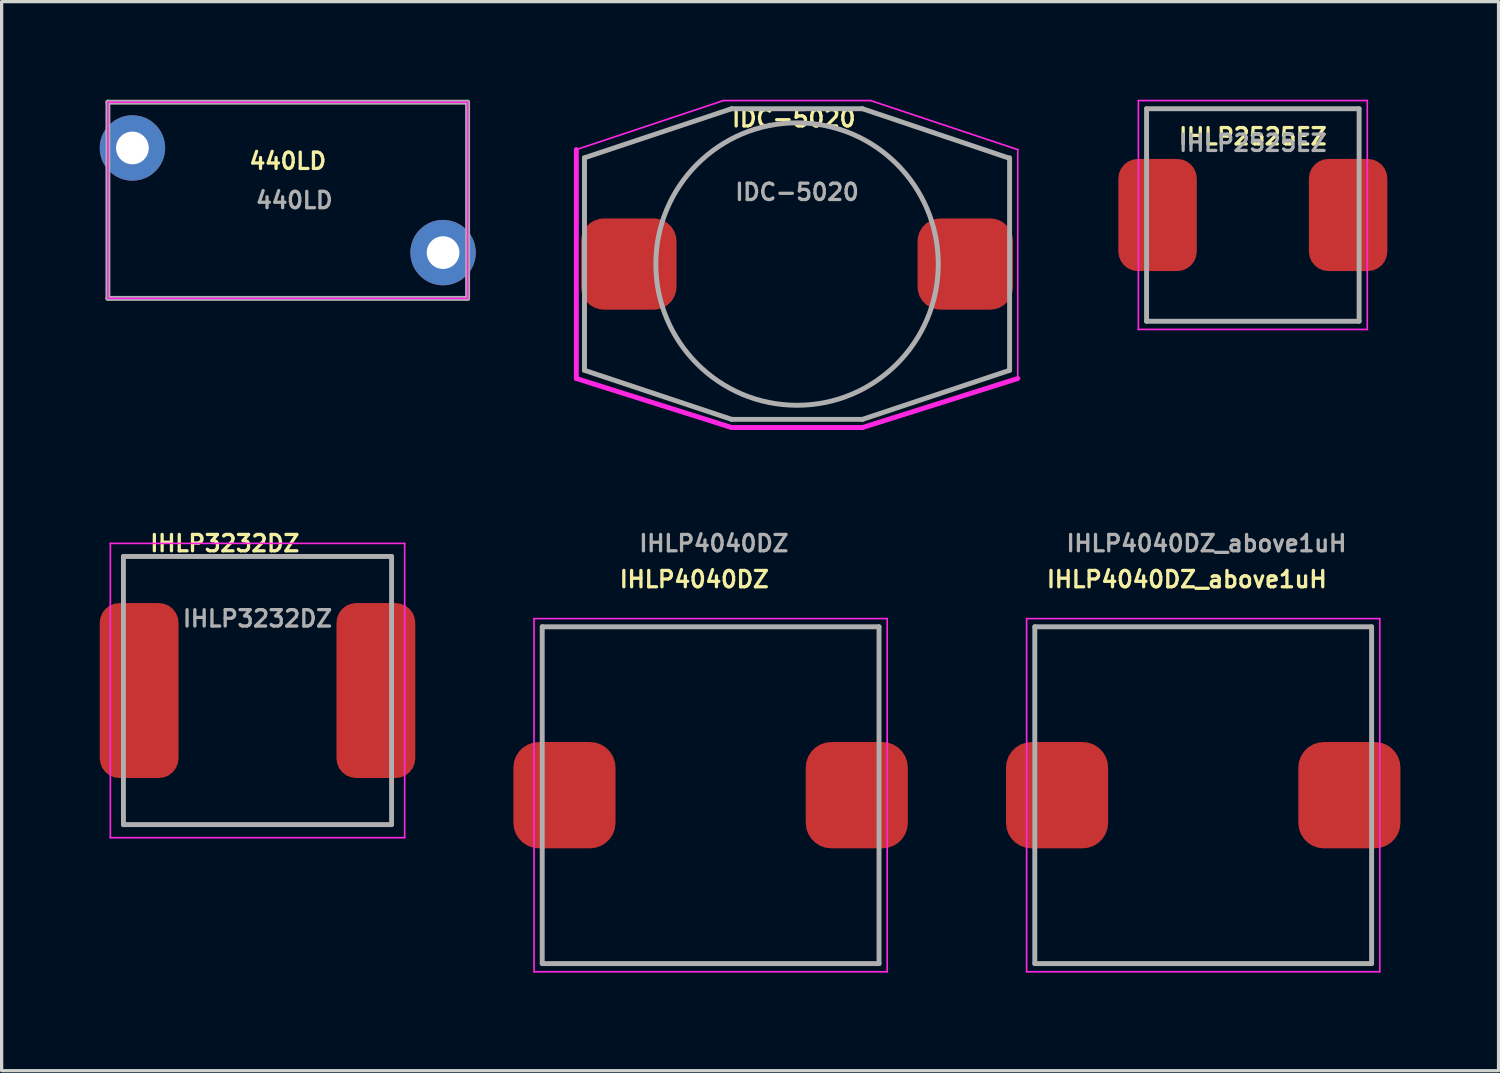
<source format=kicad_pcb>
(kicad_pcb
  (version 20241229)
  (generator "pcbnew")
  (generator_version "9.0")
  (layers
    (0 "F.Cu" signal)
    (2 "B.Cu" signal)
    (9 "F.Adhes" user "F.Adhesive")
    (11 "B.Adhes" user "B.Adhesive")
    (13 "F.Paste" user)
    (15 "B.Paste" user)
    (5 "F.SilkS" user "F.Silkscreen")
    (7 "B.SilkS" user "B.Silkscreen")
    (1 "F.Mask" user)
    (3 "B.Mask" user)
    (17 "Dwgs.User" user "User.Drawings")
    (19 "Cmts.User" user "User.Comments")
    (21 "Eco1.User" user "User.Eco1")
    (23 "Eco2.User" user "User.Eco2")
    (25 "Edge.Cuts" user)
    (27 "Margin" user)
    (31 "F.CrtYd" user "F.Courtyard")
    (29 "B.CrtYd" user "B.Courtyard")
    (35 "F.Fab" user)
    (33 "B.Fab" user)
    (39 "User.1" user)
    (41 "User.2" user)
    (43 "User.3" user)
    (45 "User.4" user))
  (footprint "IHLP2525EZ"
    (layer "F.Cu")
    (at 35.264 3.525)
    (property "Reference" "IHLP2525EZ" (at 0 -2.4 0) (layer "F.SilkS") (effects (font (size 0.5 0.5) (thickness 0.1))))
    (attr smd)
    (fp_line (start -3.5 -3.5) (end 3.5 -3.5) (stroke (width 0.05) (type solid)) (layer "F.CrtYd"))
    (fp_line (start -3.5 3.5) (end -3.5 -3.5) (stroke (width 0.05) (type solid)) (layer "F.CrtYd"))
    (fp_line (start 3.5 -3.5) (end 3.5 3.5) (stroke (width 0.05) (type solid)) (layer "F.CrtYd"))
    (fp_line (start 3.5 3.5) (end -3.5 3.5) (stroke (width 0.05) (type solid)) (layer "F.CrtYd"))
    (fp_line (start -3.25 -3.25) (end -3.25 3.25) (stroke (width 0.15) (type solid)) (layer "F.Fab"))
    (fp_line (start -3.25 3.25) (end 3.25 3.25) (stroke (width 0.15) (type solid)) (layer "F.Fab"))
    (fp_line (start 3.25 -3.25) (end -3.25 -3.25) (stroke (width 0.15) (type solid)) (layer "F.Fab"))
    (fp_line (start 3.25 3.25) (end 3.25 -3.25) (stroke (width 0.15) (type solid)) (layer "F.Fab"))
    (fp_text user "${REFERENCE}" (at 0 -2.2 0) (layer "F.Fab") (effects (font (size 0.5 0.5) (thickness 0.1))))
    (pad "1" smd roundrect (at -2.914 0) (size 2.4 3.43) (layers "F.Cu" "F.Mask" "F.Paste") (roundrect_rratio 0.25))
    (pad "2" smd roundrect (at 2.914 0) (size 2.4 3.43) (layers "F.Cu" "F.Mask" "F.Paste") (roundrect_rratio 0.25)))
  (footprint "IHLP3232DZ"
    (layer "F.Cu")
    (at 4.825 18.068)
    (property "Reference" "IHLP3232DZ" (at -1 -4.5 0) (layer "F.SilkS") (effects (font (size 0.5 0.5) (thickness 0.1))))
    (attr smd)
    (fp_line (start -4.5 -4.5) (end 4.5 -4.5) (stroke (width 0.05) (type solid)) (layer "F.CrtYd"))
    (fp_line (start -4.5 4.5) (end -4.5 -4.5) (stroke (width 0.05) (type solid)) (layer "F.CrtYd"))
    (fp_line (start 4.5 -4.5) (end 4.5 4.5) (stroke (width 0.05) (type solid)) (layer "F.CrtYd"))
    (fp_line (start 4.5 4.5) (end -4.5 4.5) (stroke (width 0.05) (type solid)) (layer "F.CrtYd"))
    (fp_line (start -4.1 -4.1) (end -4.1 4.1) (stroke (width 0.15) (type solid)) (layer "F.Fab"))
    (fp_line (start -4.1 4.1) (end 4.1 4.1) (stroke (width 0.15) (type solid)) (layer "F.Fab"))
    (fp_line (start 4.1 -4.1) (end -4.1 -4.1) (stroke (width 0.15) (type solid)) (layer "F.Fab"))
    (fp_line (start 4.1 4.1) (end 4.1 -4.1) (stroke (width 0.15) (type solid)) (layer "F.Fab"))
    (fp_text user "${REFERENCE}" (at 0 -2.2 0) (layer "F.Fab") (effects (font (size 0.5 0.5) (thickness 0.1))))
    (pad "1" smd roundrect (at -3.62 0) (size 2.41 5.35) (layers "F.Cu" "F.Mask" "F.Paste") (roundrect_rratio 0.25))
    (pad "2" smd roundrect (at 3.62 0) (size 2.41 5.35) (layers "F.Cu" "F.Mask" "F.Paste") (roundrect_rratio 0.25)))
  (footprint "440LD"
    (layer "F.Cu")
    (at 5.75 3.075)
    (property "Reference" "440LD" (at 0 -1.2 0) (layer "F.SilkS") (effects (font (size 0.5 0.5) (thickness 0.1))))
    (attr through_hole)
    (fp_line (start -5.5 -3) (end -5.5 3) (stroke (width 0.05) (type solid)) (layer "F.CrtYd"))
    (fp_line (start -5.5 -3) (end 5.5 -3) (stroke (width 0.05) (type solid)) (layer "F.CrtYd"))
    (fp_line (start -5.5 3) (end 5.5 3) (stroke (width 0.05) (type solid)) (layer "F.CrtYd"))
    (fp_line (start 5.5 -3) (end 5.5 3) (stroke (width 0.05) (type solid)) (layer "F.CrtYd"))
    (fp_line (start -5.5 -3) (end -5.5 3) (stroke (width 0.15) (type solid)) (layer "F.Fab"))
    (fp_line (start -5.5 3) (end 5.5 3) (stroke (width 0.15) (type solid)) (layer "F.Fab"))
    (fp_line (start 5.5 -3) (end -5.5 -3) (stroke (width 0.15) (type solid)) (layer "F.Fab"))
    (fp_line (start 5.5 3) (end 5.5 -3) (stroke (width 0.15) (type solid)) (layer "F.Fab"))
    (fp_text user "${REFERENCE}" (at 0.2 0 0) (layer "F.Fab") (effects (font (size 0.5 0.5) (thickness 0.1))))
    (pad "1" thru_hole circle (at -4.75 -1.6) (size 2 2) (drill 1) (layers "*.Cu" "*.Mask"))
    (pad "2" thru_hole circle (at 4.75 1.6) (size 2 2) (drill 1) (layers "*.Cu" "*.Mask")))
  (footprint "IDC-5020"
    (layer "F.Cu")
    (at 21.325 5.025)
    (property "Reference" "IDC-5020" (at -0.1 -4.45 0) (layer "F.SilkS") (effects (font (size 0.5 0.5) (thickness 0.1))))
    (attr smd)
    (fp_line (start -6.75 -3.5) (end -2.25 -5) (stroke (width 0.05) (type solid)) (layer "F.CrtYd"))
    (fp_line (start -6.75 3.5) (end -6.75 -3.5) (stroke (width 0.15) (type solid)) (layer "F.CrtYd"))
    (fp_line (start -2.25 -5) (end 2.25 -5) (stroke (width 0.05) (type solid)) (layer "F.CrtYd"))
    (fp_line (start -2 5) (end -6.75 3.5) (stroke (width 0.15) (type solid)) (layer "F.CrtYd"))
    (fp_line (start 2 5) (end -2 5) (stroke (width 0.15) (type solid)) (layer "F.CrtYd"))
    (fp_line (start 6.75 -3.5) (end 2.25 -5) (stroke (width 0.05) (type solid)) (layer "F.CrtYd"))
    (fp_line (start 6.75 3.5) (end 2 5) (stroke (width 0.15) (type solid)) (layer "F.CrtYd"))
    (fp_line (start 6.75 3.5) (end 6.75 -3.5) (stroke (width 0.05) (type solid)) (layer "F.CrtYd"))
    (fp_line (start -6.5 -3.25) (end -6.5 3.25) (stroke (width 0.15) (type solid)) (layer "F.Fab"))
    (fp_line (start -6.5 -3.25) (end -2 -4.75) (stroke (width 0.15) (type solid)) (layer "F.Fab"))
    (fp_line (start -6.5 3.25) (end -2 4.75) (stroke (width 0.15) (type solid)) (layer "F.Fab"))
    (fp_line (start -2 4.75) (end 2 4.75) (stroke (width 0.15) (type solid)) (layer "F.Fab"))
    (fp_line (start 2 -4.75) (end -2 -4.75) (stroke (width 0.15) (type solid)) (layer "F.Fab"))
    (fp_line (start 2 -4.75) (end 6.45 -3.25) (stroke (width 0.15) (type solid)) (layer "F.Fab"))
    (fp_line (start 6.5 3.25) (end 2 4.75) (stroke (width 0.15) (type solid)) (layer "F.Fab"))
    (fp_line (start 6.5 3.25) (end 6.5 -3.25) (stroke (width 0.15) (type solid)) (layer "F.Fab"))
    (fp_circle (center 0 0) (end 1.5 4.05) (stroke (width 0.15) (type solid)) (fill no) (layer "F.Fab"))
    (fp_text user "${REFERENCE}" (at 0 -2.2 0) (layer "F.Fab") (effects (font (size 0.5 0.5) (thickness 0.1))))
    (pad "1" smd roundrect (at -5.145 0) (size 2.92 2.79) (layers "F.Cu" "F.Mask" "F.Paste") (roundrect_rratio 0.25))
    (pad "2" smd roundrect (at 5.145 0) (size 2.92 2.79) (layers "F.Cu" "F.Mask" "F.Paste") (roundrect_rratio 0.25)))
  (footprint "IHLP4040DZ"
    (layer "F.Cu")
    (at 18.682 21.268)
    (property "Reference" "IHLP4040DZ" (at -0.5 -6.6 0) (layer "F.SilkS") (effects (font (size 0.5 0.5) (thickness 0.1))))
    (attr smd)
    (fp_line (start -5.4 -5.4) (end 5.4 -5.4) (stroke (width 0.05) (type solid)) (layer "F.CrtYd"))
    (fp_line (start -5.4 5.4) (end -5.4 -5.4) (stroke (width 0.05) (type solid)) (layer "F.CrtYd"))
    (fp_line (start 5.4 -5.4) (end 5.4 5.4) (stroke (width 0.05) (type solid)) (layer "F.CrtYd"))
    (fp_line (start 5.4 5.4) (end -5.4 5.4) (stroke (width 0.05) (type solid)) (layer "F.CrtYd"))
    (fp_line (start -5.15 -5.15) (end -5.15 5.15) (stroke (width 0.15) (type solid)) (layer "F.Fab"))
    (fp_line (start -5.15 5.15) (end 5.15 5.15) (stroke (width 0.15) (type solid)) (layer "F.Fab"))
    (fp_line (start 5.15 -5.15) (end -5.15 -5.15) (stroke (width 0.15) (type solid)) (layer "F.Fab"))
    (fp_line (start 5.15 5.15) (end 5.15 -5.15) (stroke (width 0.15) (type solid)) (layer "F.Fab"))
    (fp_text user "${REFERENCE}" (at 0.1 -7.7 0) (layer "F.Fab") (effects (font (size 0.5 0.5) (thickness 0.1))))
    (pad "1" smd roundrect (at -4.47 0) (size 3.124 3.251) (layers "F.Cu" "F.Mask" "F.Paste") (roundrect_rratio 0.25))
    (pad "2" smd roundrect (at 4.47 0) (size 3.124 3.251) (layers "F.Cu" "F.Mask" "F.Paste") (roundrect_rratio 0.25)))
  (footprint "IHLP4040DZ_above1uH"
    (layer "F.Cu")
    (at 33.746 21.268)
    (property "Reference" "IHLP4040DZ_above1uH" (at -0.5 -6.6 0) (layer "F.SilkS") (effects (font (size 0.5 0.5) (thickness 0.1))))
    (attr smd)
    (fp_line (start -5.4 -5.4) (end 5.4 -5.4) (stroke (width 0.05) (type solid)) (layer "F.CrtYd"))
    (fp_line (start -5.4 5.4) (end -5.4 -5.4) (stroke (width 0.05) (type solid)) (layer "F.CrtYd"))
    (fp_line (start 5.4 -5.4) (end 5.4 5.4) (stroke (width 0.05) (type solid)) (layer "F.CrtYd"))
    (fp_line (start 5.4 5.4) (end -5.4 5.4) (stroke (width 0.05) (type solid)) (layer "F.CrtYd"))
    (fp_line (start -5.15 -5.15) (end -5.15 5.15) (stroke (width 0.15) (type solid)) (layer "F.Fab"))
    (fp_line (start -5.15 5.15) (end 5.15 5.15) (stroke (width 0.15) (type solid)) (layer "F.Fab"))
    (fp_line (start 5.15 -5.15) (end -5.15 -5.15) (stroke (width 0.15) (type solid)) (layer "F.Fab"))
    (fp_line (start 5.15 5.15) (end 5.15 -5.15) (stroke (width 0.15) (type solid)) (layer "F.Fab"))
    (fp_text user "${REFERENCE}" (at 0.1 -7.7 0) (layer "F.Fab") (effects (font (size 0.5 0.5) (thickness 0.1))))
    (pad "1" smd roundrect (at -4.47 0) (size 3.124 3.251) (layers "F.Cu" "F.Mask" "F.Paste") (roundrect_rratio 0.25))
    (pad "2" smd roundrect (at 4.47 0) (size 3.124 3.251) (layers "F.Cu" "F.Mask" "F.Paste") (roundrect_rratio 0.25)))
  (gr_rect
    (start -3 -3)
    (end 42.778 29.693)
    (stroke (width 0.1) (type default))
    (fill no)
    (layer "Edge.Cuts")))
</source>
